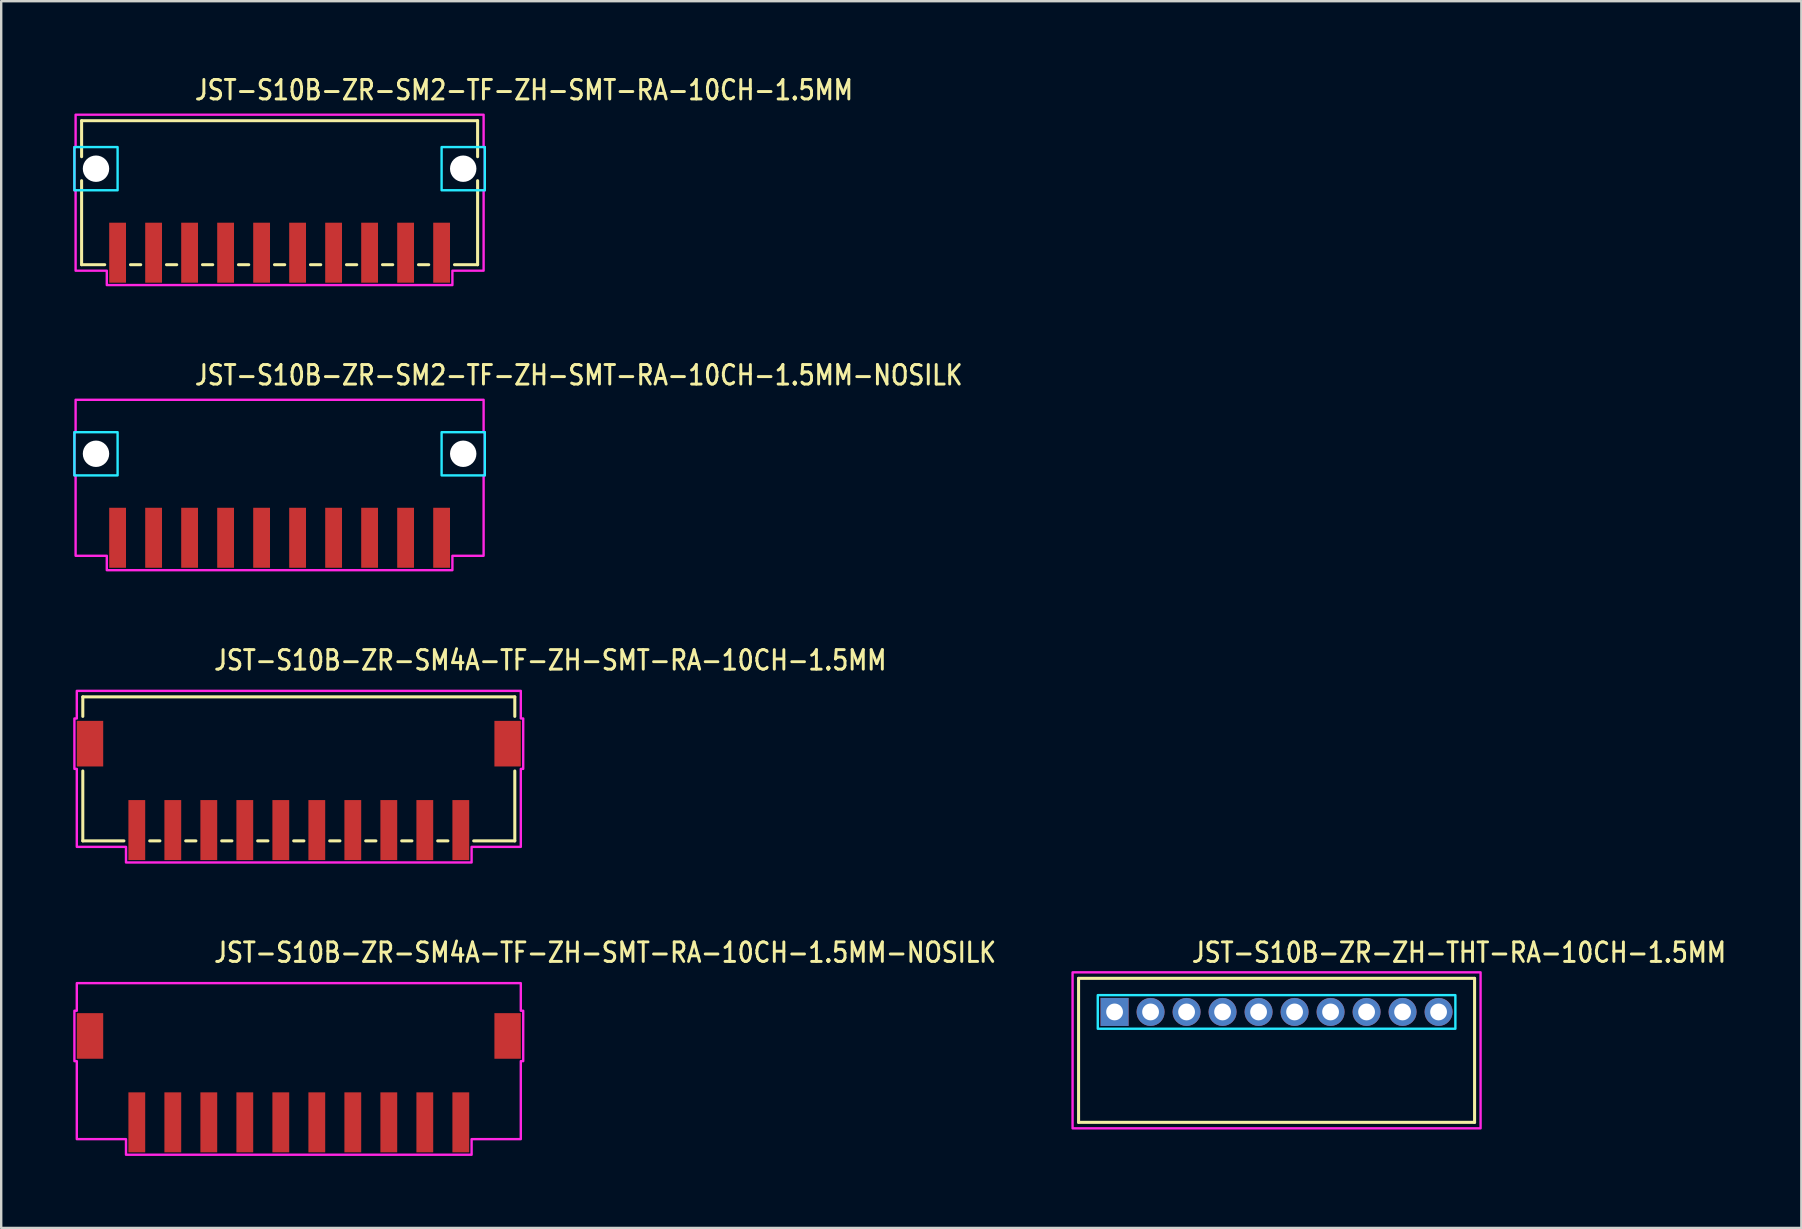
<source format=kicad_pcb>
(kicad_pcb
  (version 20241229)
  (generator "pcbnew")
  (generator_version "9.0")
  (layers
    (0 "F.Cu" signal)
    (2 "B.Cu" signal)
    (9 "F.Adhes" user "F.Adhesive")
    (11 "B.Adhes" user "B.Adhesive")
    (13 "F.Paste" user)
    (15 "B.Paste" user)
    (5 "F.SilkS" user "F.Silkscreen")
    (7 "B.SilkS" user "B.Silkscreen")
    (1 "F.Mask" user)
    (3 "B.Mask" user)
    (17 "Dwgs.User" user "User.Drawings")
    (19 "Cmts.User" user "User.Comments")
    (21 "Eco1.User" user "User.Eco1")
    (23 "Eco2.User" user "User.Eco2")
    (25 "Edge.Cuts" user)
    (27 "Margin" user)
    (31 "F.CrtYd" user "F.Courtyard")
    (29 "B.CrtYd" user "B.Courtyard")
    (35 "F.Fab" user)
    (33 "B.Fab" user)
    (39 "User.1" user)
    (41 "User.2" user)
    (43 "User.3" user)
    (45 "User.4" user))
  (footprint "JST-S10B-ZR-SM2-TF-ZH-SMT-RA-10CH-1.5MM-NOSILK"
    (layer "F.Cu")
    (at 8.6 15.857)
    (property "Reference" "JST-S10B-ZR-SM2-TF-ZH-SMT-RA-10CH-1.5MM-NOSILK" (at -3.6 -2.8 0) (unlocked yes) (layer "F.SilkS") (effects (font (size 0.813 0.695) (thickness 0.122)) (justify left bottom)))
    (fp_poly (pts (xy -8.55 -0.9) (xy -8.55 0.9) (xy -6.75 0.9) (xy -6.75 -0.9)) (stroke (width 0.1) (type solid)) (fill no) (layer "B.CrtYd"))
    (fp_poly (pts (xy 8.55 -0.9) (xy 8.55 0.9) (xy 6.75 0.9) (xy 6.75 -0.9)) (stroke (width 0.1) (type solid)) (fill no) (layer "B.CrtYd"))
    (fp_poly (pts (xy -8.5 -2.25) (xy -8.5 -0.9) (xy -8.55 -0.9) (xy -8.55 0.9) (xy -8.5 0.9) (xy -8.5 4.25) (xy -7.2 4.25) (xy -7.2 4.85) (xy 7.2 4.85) (xy 7.2 4.25) (xy 8.5 4.25) (xy 8.5 0.9) (xy 8.55 0.9) (xy 8.55 -0.9) (xy 8.5 -0.9) (xy 8.5 -2.25)) (stroke (width 0.1) (type solid)) (fill no) (layer "F.CrtYd"))
    (pad "" np_thru_hole circle (at -7.65 0) (size 1.1 1.1) (drill 1.1) (layers "*.Cu" "*.Mask"))
    (pad "" np_thru_hole circle (at 7.65 0) (size 1.1 1.1) (drill 1.1) (layers "*.Cu" "*.Mask"))
    (pad "P$1" smd rect (at 6.75 3.5) (size 0.7 2.5) (layers "F.Cu" "F.Mask" "F.Paste"))
    (pad "P$2" smd rect (at 5.25 3.5) (size 0.7 2.5) (layers "F.Cu" "F.Mask" "F.Paste"))
    (pad "P$3" smd rect (at 3.75 3.5) (size 0.7 2.5) (layers "F.Cu" "F.Mask" "F.Paste"))
    (pad "P$4" smd rect (at 2.25 3.5) (size 0.7 2.5) (layers "F.Cu" "F.Mask" "F.Paste"))
    (pad "P$5" smd rect (at 0.75 3.5) (size 0.7 2.5) (layers "F.Cu" "F.Mask" "F.Paste"))
    (pad "P$6" smd rect (at -0.75 3.5) (size 0.7 2.5) (layers "F.Cu" "F.Mask" "F.Paste"))
    (pad "P$7" smd rect (at -2.25 3.5) (size 0.7 2.5) (layers "F.Cu" "F.Mask" "F.Paste"))
    (pad "P$8" smd rect (at -3.75 3.5) (size 0.7 2.5) (layers "F.Cu" "F.Mask" "F.Paste"))
    (pad "P$9" smd rect (at -5.25 3.5) (size 0.7 2.5) (layers "F.Cu" "F.Mask" "F.Paste"))
    (pad "P$10" smd rect (at -6.75 3.5) (size 0.7 2.5) (layers "F.Cu" "F.Mask" "F.Paste")))
  (footprint "JST-S10B-ZR-SM4A-TF-ZH-SMT-RA-10CH-1.5MM"
    (layer "F.Cu")
    (at 9.4 27.936)
    (property "Reference" "JST-S10B-ZR-SM4A-TF-ZH-SMT-RA-10CH-1.5MM" (at -3.6 -3 0) (unlocked yes) (layer "F.SilkS") (effects (font (size 0.813 0.695) (thickness 0.122)) (justify left bottom)))
    (fp_line (start -9 -1.95) (end -9 -1.137) (stroke (width 0.127) (type solid)) (layer "F.SilkS"))
    (fp_line (start -9 -1.95) (end 9 -1.95) (stroke (width 0.127) (type solid)) (layer "F.SilkS"))
    (fp_line (start -9 4.05) (end -9 1.137) (stroke (width 0.127) (type solid)) (layer "F.SilkS"))
    (fp_line (start -9 4.05) (end -7.287 4.05) (stroke (width 0.127) (type solid)) (layer "F.SilkS"))
    (fp_line (start -6.213 4.05) (end -5.787 4.05) (stroke (width 0.127) (type solid)) (layer "F.SilkS"))
    (fp_line (start -4.713 4.05) (end -4.287 4.05) (stroke (width 0.127) (type solid)) (layer "F.SilkS"))
    (fp_line (start -3.213 4.05) (end -2.787 4.05) (stroke (width 0.127) (type solid)) (layer "F.SilkS"))
    (fp_line (start -1.714 4.05) (end -1.286 4.05) (stroke (width 0.127) (type solid)) (layer "F.SilkS"))
    (fp_line (start -0.213 4.05) (end 0.213 4.05) (stroke (width 0.127) (type solid)) (layer "F.SilkS"))
    (fp_line (start 1.286 4.05) (end 1.714 4.05) (stroke (width 0.127) (type solid)) (layer "F.SilkS"))
    (fp_line (start 2.787 4.05) (end 3.213 4.05) (stroke (width 0.127) (type solid)) (layer "F.SilkS"))
    (fp_line (start 4.287 4.05) (end 4.713 4.05) (stroke (width 0.127) (type solid)) (layer "F.SilkS"))
    (fp_line (start 5.787 4.05) (end 6.213 4.05) (stroke (width 0.127) (type solid)) (layer "F.SilkS"))
    (fp_line (start 7.287 4.05) (end 9 4.05) (stroke (width 0.127) (type solid)) (layer "F.SilkS"))
    (fp_line (start 9 -1.137) (end 9 -1.95) (stroke (width 0.127) (type solid)) (layer "F.SilkS"))
    (fp_line (start 9 1.137) (end 9 4.05) (stroke (width 0.127) (type solid)) (layer "F.SilkS"))
    (fp_poly (pts (xy -9.25 -2.2) (xy -9.25 -1.05) (xy -9.35 -1.05) (xy -9.35 1.05) (xy -9.25 1.05) (xy -9.25 4.3) (xy -7.2 4.3) (xy -7.2 4.95) (xy 7.2 4.95) (xy 7.2 4.3) (xy 9.25 4.3) (xy 9.25 1.05) (xy 9.35 1.05) (xy 9.35 -1.05) (xy 9.25 -1.05) (xy 9.25 -2.2)) (stroke (width 0.1) (type solid)) (fill no) (layer "F.CrtYd"))
    (pad "P$1" smd rect (at 6.75 3.6) (size 0.7 2.5) (layers "F.Cu" "F.Mask" "F.Paste"))
    (pad "P$2" smd rect (at 5.25 3.6) (size 0.7 2.5) (layers "F.Cu" "F.Mask" "F.Paste"))
    (pad "P$3" smd rect (at 3.75 3.6) (size 0.7 2.5) (layers "F.Cu" "F.Mask" "F.Paste"))
    (pad "P$4" smd rect (at 2.25 3.6) (size 0.7 2.5) (layers "F.Cu" "F.Mask" "F.Paste"))
    (pad "P$5" smd rect (at 0.75 3.6) (size 0.7 2.5) (layers "F.Cu" "F.Mask" "F.Paste"))
    (pad "P$6" smd rect (at -0.75 3.6) (size 0.7 2.5) (layers "F.Cu" "F.Mask" "F.Paste"))
    (pad "P$7" smd rect (at -2.25 3.6) (size 0.7 2.5) (layers "F.Cu" "F.Mask" "F.Paste"))
    (pad "P$8" smd rect (at -3.75 3.6) (size 0.7 2.5) (layers "F.Cu" "F.Mask" "F.Paste"))
    (pad "P$9" smd rect (at -5.25 3.6) (size 0.7 2.5) (layers "F.Cu" "F.Mask" "F.Paste"))
    (pad "P$10" smd rect (at -6.75 3.6) (size 0.7 2.5) (layers "F.Cu" "F.Mask" "F.Paste"))
    (pad "S$1" smd rect (at -8.7 0) (size 1.1 1.9) (layers "F.Cu" "F.Mask" "F.Paste"))
    (pad "S$2" smd rect (at 8.7 0) (size 1.1 1.9) (layers "F.Cu" "F.Mask" "F.Paste")))
  (footprint "JST-S10B-ZR-ZH-THT-RA-10CH-1.5MM"
    (layer "F.Cu")
    (at 50.14 39.114)
    (property "Reference" "JST-S10B-ZR-ZH-THT-RA-10CH-1.5MM" (at -3.6 -2 0) (unlocked yes) (layer "F.SilkS") (effects (font (size 0.813 0.695) (thickness 0.122)) (justify left bottom)))
    (fp_line (start -8.25 -1.4) (end 8.25 -1.4) (stroke (width 0.127) (type solid)) (layer "F.SilkS"))
    (fp_line (start -8.25 4.6) (end -8.25 -1.4) (stroke (width 0.127) (type solid)) (layer "F.SilkS"))
    (fp_line (start -8.25 4.6) (end 8.25 4.6) (stroke (width 0.127) (type solid)) (layer "F.SilkS"))
    (fp_line (start 8.25 -1.4) (end 8.25 4.6) (stroke (width 0.127) (type solid)) (layer "F.SilkS"))
    (fp_poly (pts (xy -7.45 -0.7) (xy -7.45 0.7) (xy 7.45 0.7) (xy 7.45 -0.7)) (stroke (width 0.1) (type solid)) (fill no) (layer "B.CrtYd"))
    (fp_poly (pts (xy -8.5 -1.65) (xy -8.5 4.85) (xy 8.5 4.85) (xy 8.5 -1.65)) (stroke (width 0.1) (type solid)) (fill no) (layer "F.CrtYd"))
    (pad "P$1" thru_hole rect (at -6.75 0) (size 1.167 1.167) (drill 0.7) (layers "*.Cu" "*.Mask"))
    (pad "P$2" thru_hole oval (at -5.25 0) (size 1.167 1.167) (drill 0.7) (layers "*.Cu" "*.Mask"))
    (pad "P$3" thru_hole oval (at -3.75 0) (size 1.167 1.167) (drill 0.7) (layers "*.Cu" "*.Mask"))
    (pad "P$4" thru_hole oval (at -2.25 0) (size 1.167 1.167) (drill 0.7) (layers "*.Cu" "*.Mask"))
    (pad "P$5" thru_hole oval (at -0.75 0) (size 1.167 1.167) (drill 0.7) (layers "*.Cu" "*.Mask"))
    (pad "P$6" thru_hole oval (at 0.75 0) (size 1.167 1.167) (drill 0.7) (layers "*.Cu" "*.Mask"))
    (pad "P$7" thru_hole oval (at 2.25 0) (size 1.167 1.167) (drill 0.7) (layers "*.Cu" "*.Mask"))
    (pad "P$8" thru_hole oval (at 3.75 0) (size 1.167 1.167) (drill 0.7) (layers "*.Cu" "*.Mask"))
    (pad "P$9" thru_hole oval (at 5.25 0) (size 1.167 1.167) (drill 0.7) (layers "*.Cu" "*.Mask"))
    (pad "P$10" thru_hole oval (at 6.75 0) (size 1.167 1.167) (drill 0.7) (layers "*.Cu" "*.Mask")))
  (footprint "JST-S10B-ZR-SM4A-TF-ZH-SMT-RA-10CH-1.5MM-NOSILK"
    (layer "F.Cu")
    (at 9.4 40.114)
    (property "Reference" "JST-S10B-ZR-SM4A-TF-ZH-SMT-RA-10CH-1.5MM-NOSILK" (at -3.6 -3 0) (unlocked yes) (layer "F.SilkS") (effects (font (size 0.813 0.695) (thickness 0.122)) (justify left bottom)))
    (fp_poly (pts (xy -9.25 -2.2) (xy -9.25 -1.05) (xy -9.35 -1.05) (xy -9.35 1.05) (xy -9.25 1.05) (xy -9.25 4.3) (xy -7.2 4.3) (xy -7.2 4.95) (xy 7.2 4.95) (xy 7.2 4.3) (xy 9.25 4.3) (xy 9.25 1.05) (xy 9.35 1.05) (xy 9.35 -1.05) (xy 9.25 -1.05) (xy 9.25 -2.2)) (stroke (width 0.1) (type solid)) (fill no) (layer "F.CrtYd"))
    (pad "P$1" smd rect (at 6.75 3.6) (size 0.7 2.5) (layers "F.Cu" "F.Mask" "F.Paste"))
    (pad "P$2" smd rect (at 5.25 3.6) (size 0.7 2.5) (layers "F.Cu" "F.Mask" "F.Paste"))
    (pad "P$3" smd rect (at 3.75 3.6) (size 0.7 2.5) (layers "F.Cu" "F.Mask" "F.Paste"))
    (pad "P$4" smd rect (at 2.25 3.6) (size 0.7 2.5) (layers "F.Cu" "F.Mask" "F.Paste"))
    (pad "P$5" smd rect (at 0.75 3.6) (size 0.7 2.5) (layers "F.Cu" "F.Mask" "F.Paste"))
    (pad "P$6" smd rect (at -0.75 3.6) (size 0.7 2.5) (layers "F.Cu" "F.Mask" "F.Paste"))
    (pad "P$7" smd rect (at -2.25 3.6) (size 0.7 2.5) (layers "F.Cu" "F.Mask" "F.Paste"))
    (pad "P$8" smd rect (at -3.75 3.6) (size 0.7 2.5) (layers "F.Cu" "F.Mask" "F.Paste"))
    (pad "P$9" smd rect (at -5.25 3.6) (size 0.7 2.5) (layers "F.Cu" "F.Mask" "F.Paste"))
    (pad "P$10" smd rect (at -6.75 3.6) (size 0.7 2.5) (layers "F.Cu" "F.Mask" "F.Paste"))
    (pad "S$1" smd rect (at -8.7 0) (size 1.1 1.9) (layers "F.Cu" "F.Mask" "F.Paste"))
    (pad "S$2" smd rect (at 8.7 0) (size 1.1 1.9) (layers "F.Cu" "F.Mask" "F.Paste")))
  (footprint "JST-S10B-ZR-SM2-TF-ZH-SMT-RA-10CH-1.5MM"
    (layer "F.Cu")
    (at 8.6 3.979)
    (property "Reference" "JST-S10B-ZR-SM2-TF-ZH-SMT-RA-10CH-1.5MM" (at -3.6 -2.8 0) (unlocked yes) (layer "F.SilkS") (effects (font (size 0.813 0.695) (thickness 0.122)) (justify left bottom)))
    (fp_line (start -8.25 -2) (end -8.25 -0.5) (stroke (width 0.127) (type solid)) (layer "F.SilkS"))
    (fp_line (start -8.25 -2) (end 8.25 -2) (stroke (width 0.127) (type solid)) (layer "F.SilkS"))
    (fp_line (start -8.25 4) (end -8.25 0.5) (stroke (width 0.127) (type solid)) (layer "F.SilkS"))
    (fp_line (start -8.25 4) (end -7.287 4) (stroke (width 0.127) (type solid)) (layer "F.SilkS"))
    (fp_line (start -6.213 4) (end -5.787 4) (stroke (width 0.127) (type solid)) (layer "F.SilkS"))
    (fp_line (start -4.713 4) (end -4.287 4) (stroke (width 0.127) (type solid)) (layer "F.SilkS"))
    (fp_line (start -3.213 4) (end -2.787 4) (stroke (width 0.127) (type solid)) (layer "F.SilkS"))
    (fp_line (start -1.714 4) (end -1.286 4) (stroke (width 0.127) (type solid)) (layer "F.SilkS"))
    (fp_line (start -0.213 4) (end 0.213 4) (stroke (width 0.127) (type solid)) (layer "F.SilkS"))
    (fp_line (start 1.286 4) (end 1.714 4) (stroke (width 0.127) (type solid)) (layer "F.SilkS"))
    (fp_line (start 2.787 4) (end 3.213 4) (stroke (width 0.127) (type solid)) (layer "F.SilkS"))
    (fp_line (start 4.287 4) (end 4.713 4) (stroke (width 0.127) (type solid)) (layer "F.SilkS"))
    (fp_line (start 5.787 4) (end 6.213 4) (stroke (width 0.127) (type solid)) (layer "F.SilkS"))
    (fp_line (start 7.287 4) (end 8.25 4) (stroke (width 0.127) (type solid)) (layer "F.SilkS"))
    (fp_line (start 8.25 -0.5) (end 8.25 -2) (stroke (width 0.127) (type solid)) (layer "F.SilkS"))
    (fp_line (start 8.25 0.5) (end 8.25 4) (stroke (width 0.127) (type solid)) (layer "F.SilkS"))
    (fp_poly (pts (xy -8.55 -0.9) (xy -8.55 0.9) (xy -6.75 0.9) (xy -6.75 -0.9)) (stroke (width 0.1) (type solid)) (fill no) (layer "B.CrtYd"))
    (fp_poly (pts (xy 8.55 -0.9) (xy 8.55 0.9) (xy 6.75 0.9) (xy 6.75 -0.9)) (stroke (width 0.1) (type solid)) (fill no) (layer "B.CrtYd"))
    (fp_poly (pts (xy -8.5 -2.25) (xy -8.5 -0.9) (xy -8.55 -0.9) (xy -8.55 0.9) (xy -8.5 0.9) (xy -8.5 4.25) (xy -7.2 4.25) (xy -7.2 4.85) (xy 7.2 4.85) (xy 7.2 4.25) (xy 8.5 4.25) (xy 8.5 0.9) (xy 8.55 0.9) (xy 8.55 -0.9) (xy 8.5 -0.9) (xy 8.5 -2.25)) (stroke (width 0.1) (type solid)) (fill no) (layer "F.CrtYd"))
    (pad "" np_thru_hole circle (at -7.65 0) (size 1.1 1.1) (drill 1.1) (layers "*.Cu" "*.Mask"))
    (pad "" np_thru_hole circle (at 7.65 0) (size 1.1 1.1) (drill 1.1) (layers "*.Cu" "*.Mask"))
    (pad "P$1" smd rect (at 6.75 3.5) (size 0.7 2.5) (layers "F.Cu" "F.Mask" "F.Paste"))
    (pad "P$2" smd rect (at 5.25 3.5) (size 0.7 2.5) (layers "F.Cu" "F.Mask" "F.Paste"))
    (pad "P$3" smd rect (at 3.75 3.5) (size 0.7 2.5) (layers "F.Cu" "F.Mask" "F.Paste"))
    (pad "P$4" smd rect (at 2.25 3.5) (size 0.7 2.5) (layers "F.Cu" "F.Mask" "F.Paste"))
    (pad "P$5" smd rect (at 0.75 3.5) (size 0.7 2.5) (layers "F.Cu" "F.Mask" "F.Paste"))
    (pad "P$6" smd rect (at -0.75 3.5) (size 0.7 2.5) (layers "F.Cu" "F.Mask" "F.Paste"))
    (pad "P$7" smd rect (at -2.25 3.5) (size 0.7 2.5) (layers "F.Cu" "F.Mask" "F.Paste"))
    (pad "P$8" smd rect (at -3.75 3.5) (size 0.7 2.5) (layers "F.Cu" "F.Mask" "F.Paste"))
    (pad "P$9" smd rect (at -5.25 3.5) (size 0.7 2.5) (layers "F.Cu" "F.Mask" "F.Paste"))
    (pad "P$10" smd rect (at -6.75 3.5) (size 0.7 2.5) (layers "F.Cu" "F.Mask" "F.Paste")))
  (gr_rect
    (start -3 -3)
    (end 72.005 48.114)
    (stroke (width 0.1) (type default))
    (fill no)
    (layer "Edge.Cuts")))
</source>
